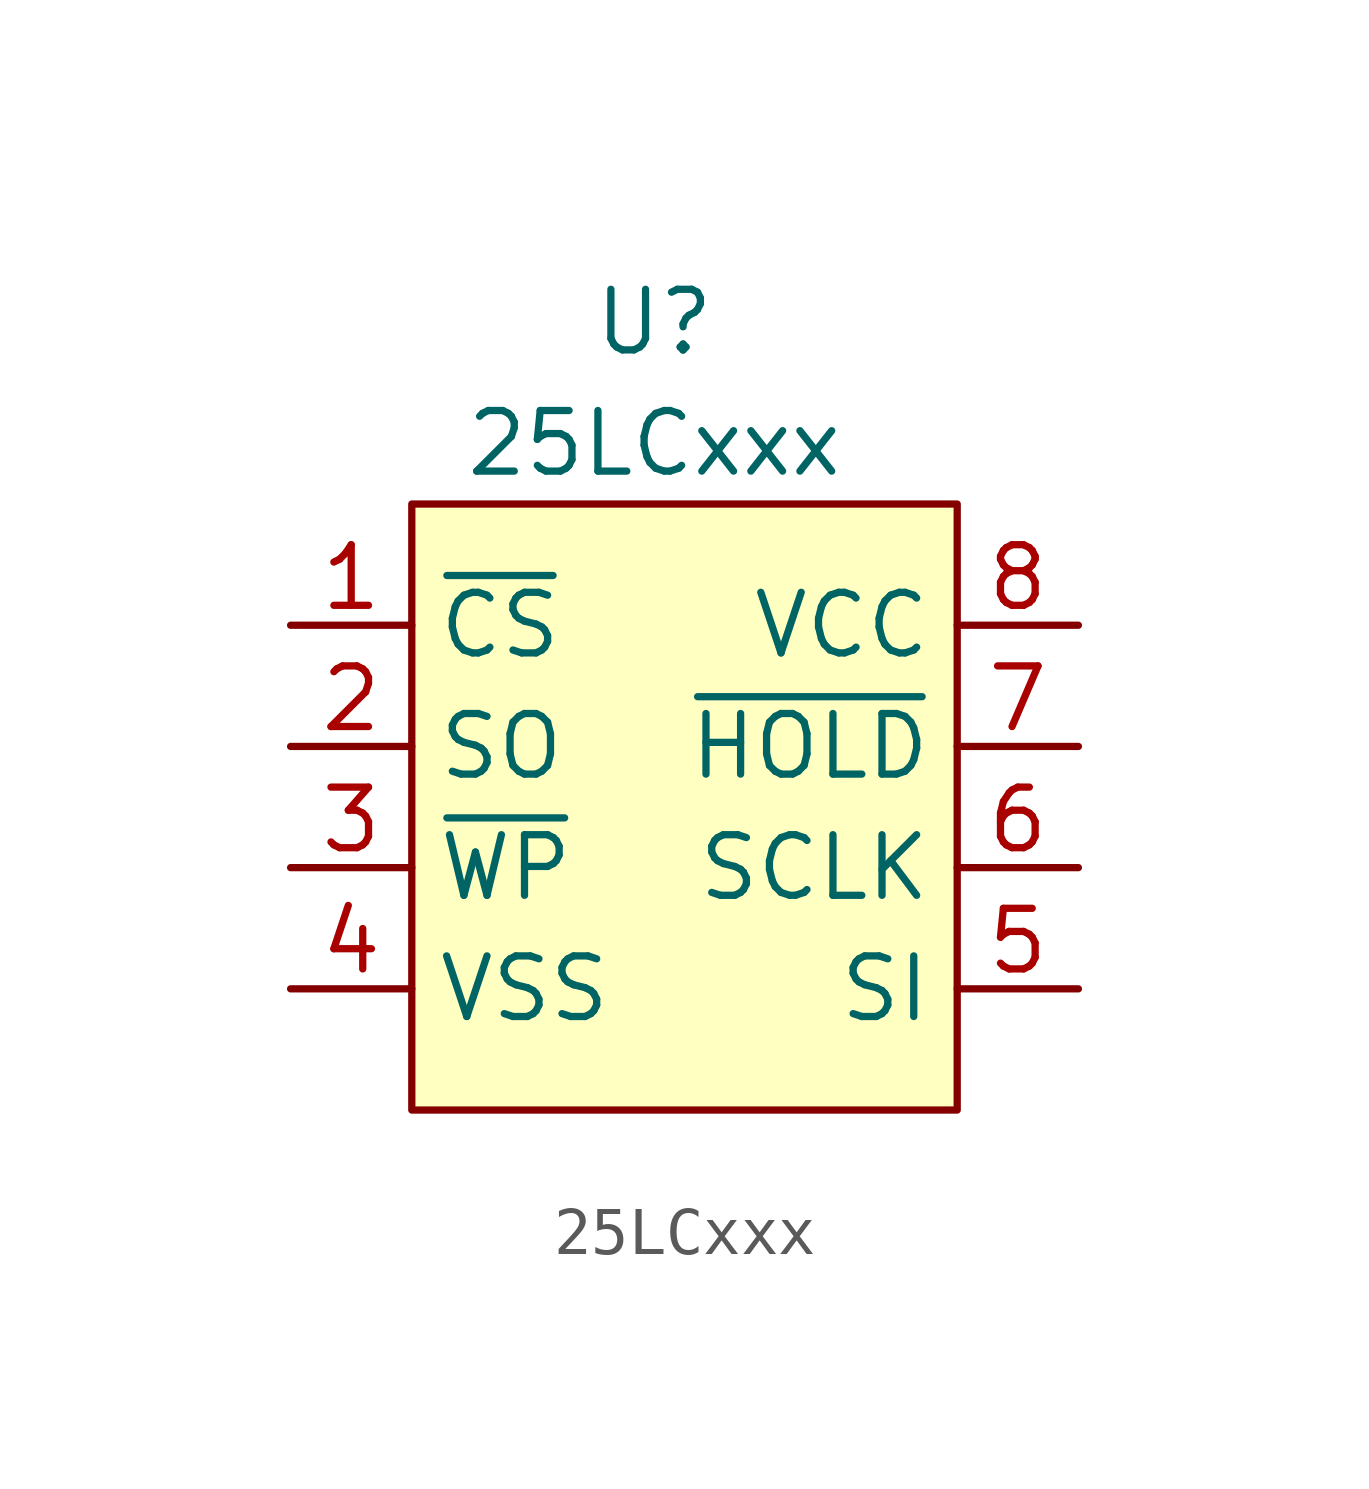
<source format=kicad_sym>
(kicad_symbol_lib
  (version 20231120)
  (generator "kicad_symbol_editor")
  (generator_version "8.0")
  (symbol "25LCxxx"
    (property "Reference" "U"
      (at 0 10.16 0)
      (effects (font (size 1.27 1.27))))
    (property "Value" "25LCxxx"
      (at 0 7.62 0)
      (effects (font (size 1.27 1.27))))
    (symbol "25LCxxx_1_1"
      (rectangle (start -5.08 6.35) (end 6.35 -6.35) (stroke (width 0) (type default)) (fill (type background)))
      (pin input line (at -7.62 3.81 0) (length 2.54) (name "~{CS}" (effects (font (size 1.27 1.27)))) (number "1" (effects (font (size 1.27 1.27)))))
      (pin output line (at -7.62 1.27 0) (length 2.54) (name "SO" (effects (font (size 1.27 1.27)))) (number "2" (effects (font (size 1.27 1.27)))))
      (pin input line (at -7.62 -1.27 0) (length 2.54) (name "~{WP}" (effects (font (size 1.27 1.27)))) (number "3" (effects (font (size 1.27 1.27)))))
      (pin passive line (at -7.62 -3.81 0) (length 2.54) (name "VSS" (effects (font (size 1.27 1.27)))) (number "4" (effects (font (size 1.27 1.27)))))
      (pin input line (at 8.89 -3.81 180) (length 2.54) (name "SI" (effects (font (size 1.27 1.27)))) (number "5" (effects (font (size 1.27 1.27)))))
      (pin input line (at 8.89 -1.27 180) (length 2.54) (name "SCLK" (effects (font (size 1.27 1.27)))) (number "6" (effects (font (size 1.27 1.27)))))
      (pin input line (at 8.89 1.27 180) (length 2.54) (name "~{HOLD}" (effects (font (size 1.27 1.27)))) (number "7" (effects (font (size 1.27 1.27)))))
      (pin power_in line (at 8.89 3.81 180) (length 2.54) (name "VCC" (effects (font (size 1.27 1.27)))) (number "8" (effects (font (size 1.27 1.27))))))))
</source>
